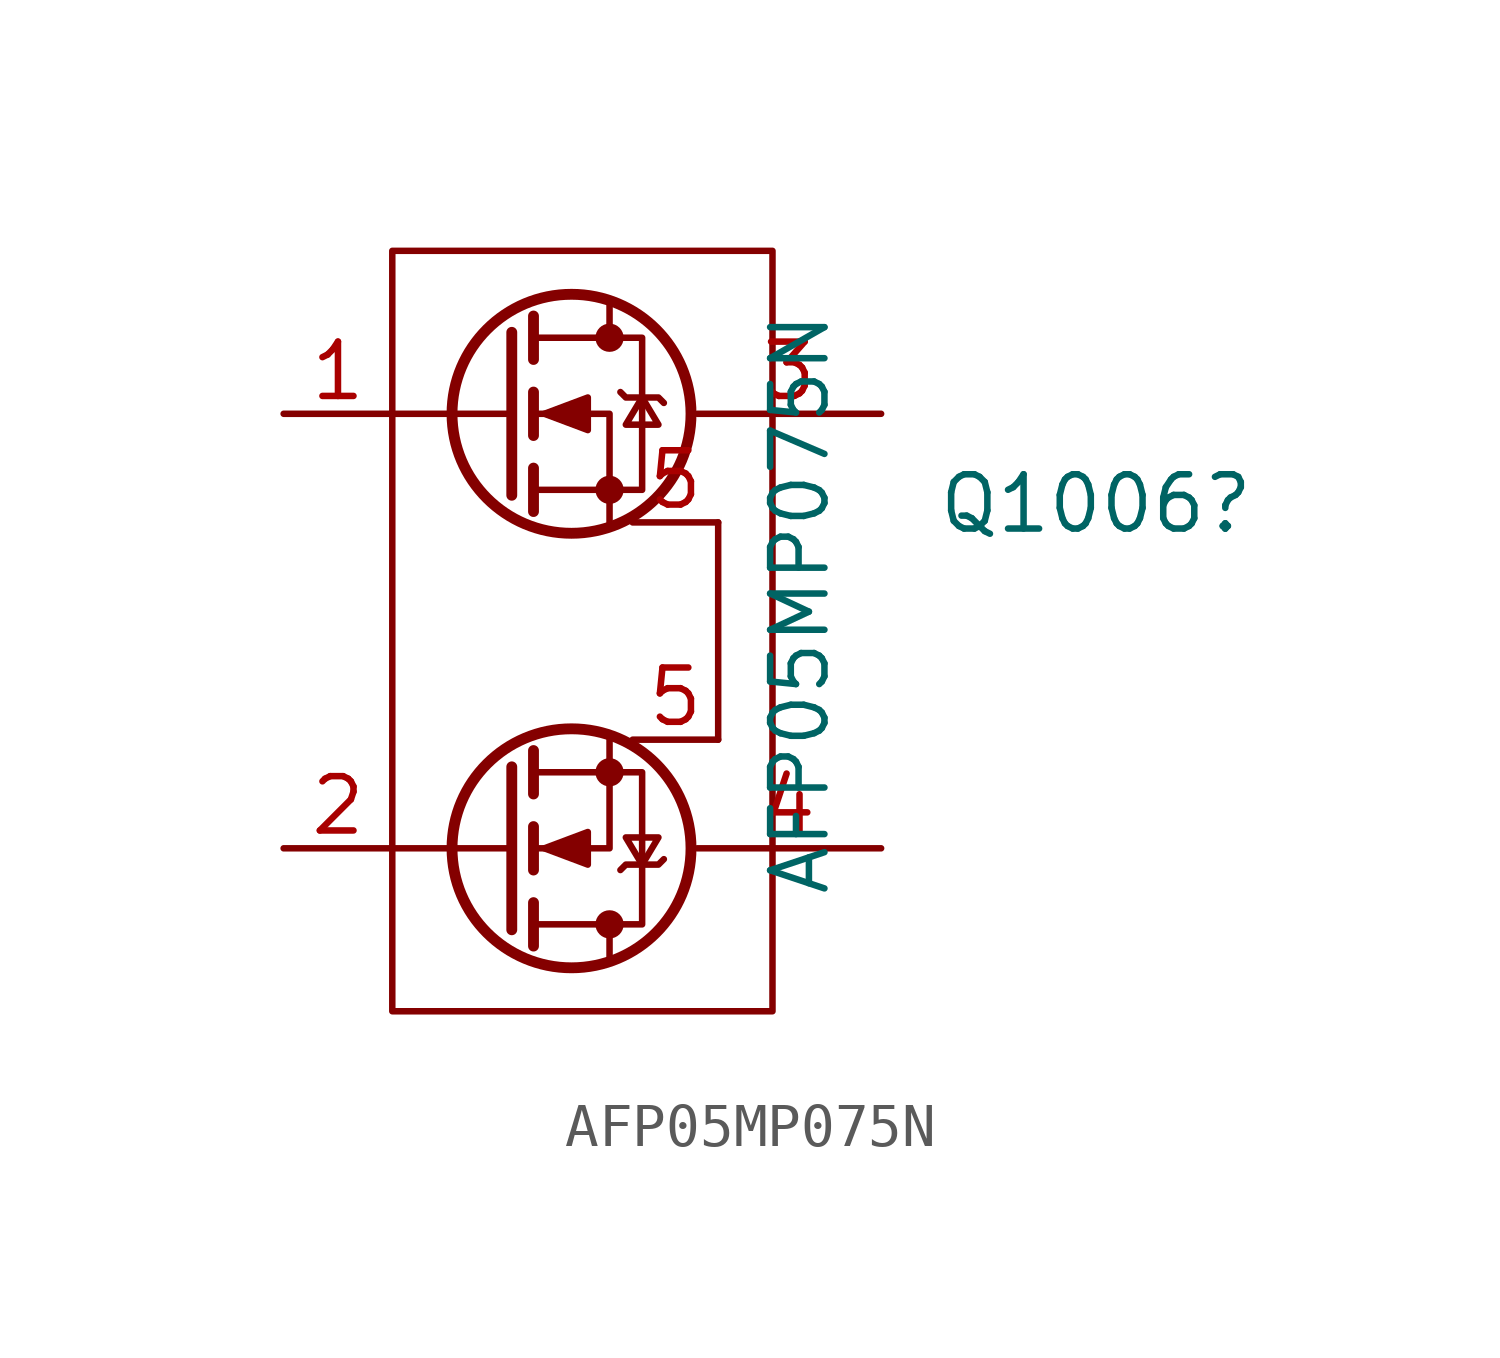
<source format=kicad_sym>
(kicad_symbol_lib
  (version 20211014)
  (generator kicad_symbol_editor)
  (symbol "AFP05MP075N"
    (pin_names
      (offset 0) hide)
    (property "Reference" "Q1006"
      (at 13.914 -2.104 0)
      (effects (font (size 1.27 1.27))))
    (property "Value" "AFP05MP075N"
      (at 6.985 -4.445 90)
      (effects (font (size 1.27 1.27))))
    (symbol "AFP05MP075N_0_1"
      (polyline (pts (xy 0.254 -12.065) (xy 0.254 -8.255)) (stroke (width 0.254) (type default) (color 0 0 0 0)) (fill (type none)))
      (polyline (pts (xy 0.254 -10.16) (xy -2.54 -10.16)) (stroke (width 0) (type default) (color 0 0 0 0)) (fill (type none)))
      (polyline (pts (xy 0.254 0) (xy -2.54 0)) (stroke (width 0) (type default) (color 0 0 0 0)) (fill (type none)))
      (polyline (pts (xy 0.254 1.905) (xy 0.254 -1.905)) (stroke (width 0.254) (type default) (color 0 0 0 0)) (fill (type none)))
      (polyline (pts (xy 0.762 -12.446) (xy 0.762 -11.43)) (stroke (width 0.254) (type default) (color 0 0 0 0)) (fill (type none)))
      (polyline (pts (xy 0.762 -10.668) (xy 0.762 -9.652)) (stroke (width 0.254) (type default) (color 0 0 0 0)) (fill (type none)))
      (polyline (pts (xy 0.762 -8.89) (xy 0.762 -7.874)) (stroke (width 0.254) (type default) (color 0 0 0 0)) (fill (type none)))
      (polyline (pts (xy 0.762 -1.27) (xy 0.762 -2.286)) (stroke (width 0.254) (type default) (color 0 0 0 0)) (fill (type none)))
      (polyline (pts (xy 0.762 0.508) (xy 0.762 -0.508)) (stroke (width 0.254) (type default) (color 0 0 0 0)) (fill (type none)))
      (polyline (pts (xy 0.762 2.286) (xy 0.762 1.27)) (stroke (width 0.254) (type default) (color 0 0 0 0)) (fill (type none)))
      (polyline (pts (xy 2.54 -12.7) (xy 2.54 -11.938)) (stroke (width 0) (type default) (color 0 0 0 0)) (fill (type none)))
      (polyline (pts (xy 2.54 2.54) (xy 2.54 1.778)) (stroke (width 0) (type default) (color 0 0 0 0)) (fill (type none)))
      (polyline (pts (xy 5.08 -2.54) (xy 5.08 -7.62)) (stroke (width 0.152) (type default) (color 0 0 0 0)) (fill (type none)))
      (polyline (pts (xy 2.54 -7.62) (xy 2.54 -10.16) (xy 0.762 -10.16)) (stroke (width 0) (type default) (color 0 0 0 0)) (fill (type none)))
      (polyline (pts (xy 2.54 -2.54) (xy 2.54 0) (xy 0.762 0)) (stroke (width 0) (type default) (color 0 0 0 0)) (fill (type none)))
      (polyline (pts (xy 0.762 -8.382) (xy 3.302 -8.382) (xy 3.302 -11.938) (xy 0.762 -11.938)) (stroke (width 0) (type default) (color 0 0 0 0)) (fill (type none)))
      (polyline (pts (xy 0.762 -1.778) (xy 3.302 -1.778) (xy 3.302 1.778) (xy 0.762 1.778)) (stroke (width 0) (type default) (color 0 0 0 0)) (fill (type none)))
      (polyline (pts (xy 1.016 -10.16) (xy 2.032 -10.541) (xy 2.032 -9.779) (xy 1.016 -10.16)) (stroke (width 0) (type default) (color 0 0 0 0)) (fill (type outline)))
      (polyline (pts (xy 1.016 0) (xy 2.032 0.381) (xy 2.032 -0.381) (xy 1.016 0)) (stroke (width 0) (type default) (color 0 0 0 0)) (fill (type outline)))
      (polyline (pts (xy 2.794 -10.668) (xy 2.921 -10.541) (xy 3.683 -10.541) (xy 3.81 -10.414)) (stroke (width 0) (type default) (color 0 0 0 0)) (fill (type none)))
      (polyline (pts (xy 2.794 0.508) (xy 2.921 0.381) (xy 3.683 0.381) (xy 3.81 0.254)) (stroke (width 0) (type default) (color 0 0 0 0)) (fill (type none)))
      (polyline (pts (xy 3.302 -10.541) (xy 2.921 -9.906) (xy 3.683 -9.906) (xy 3.302 -10.541)) (stroke (width 0) (type default) (color 0 0 0 0)) (fill (type none)))
      (polyline (pts (xy 3.302 0.381) (xy 2.921 -0.254) (xy 3.683 -0.254) (xy 3.302 0.381)) (stroke (width 0) (type default) (color 0 0 0 0)) (fill (type none)))
      (circle (center 1.651 -10.16) (radius 2.794) (stroke (width 0.254) (type default) (color 0 0 0 0)) (fill (type none)))
      (circle (center 1.651 0) (radius 2.794) (stroke (width 0.254) (type default) (color 0 0 0 0)) (fill (type none)))
      (circle (center 2.54 -11.938) (radius 0.254) (stroke (width 0) (type default) (color 0 0 0 0)) (fill (type outline)))
      (circle (center 2.54 -8.382) (radius 0.254) (stroke (width 0) (type default) (color 0 0 0 0)) (fill (type outline)))
      (circle (center 2.54 -1.778) (radius 0.254) (stroke (width 0) (type default) (color 0 0 0 0)) (fill (type outline)))
      (circle (center 2.54 1.778) (radius 0.254) (stroke (width 0) (type default) (color 0 0 0 0)) (fill (type outline)))
      (rectangle (start 6.35 -13.97) (end -2.54 3.81) (stroke (width 0.152) (type default) (color 0 0 0 0)) (fill (type none))))
    (symbol "AFP05MP075N_1_1"
      (pin input line (at -5.08 0 0) (length 2.54) (name "G" (effects (font (size 1.27 1.27)))) (number "1" (effects (font (size 1.27 1.27)))))
      (pin input line (at -5.08 -10.16 0) (length 2.54) (name "G" (effects (font (size 1.27 1.27)))) (number "2" (effects (font (size 1.27 1.27)))))
      (pin output line (at 8.89 0 180) (length 4.3) (name "D" (effects (font (size 1.27 1.27)))) (number "3" (effects (font (size 1.27 1.27)))))
      (pin output line (at 8.89 -10.16 180) (length 4.3) (name "D" (effects (font (size 1.27 1.27)))) (number "4" (effects (font (size 1.27 1.27)))))
      (pin passive line (at 5.08 -7.62 180) (length 2) (name "S" (effects (font (size 1.27 1.27)))) (number "5" (effects (font (size 1.27 1.27)))))
      (pin passive line (at 5.08 -2.54 180) (length 2) (name "S" (effects (font (size 1.27 1.27)))) (number "5" (effects (font (size 1.27 1.27))))))))
</source>
